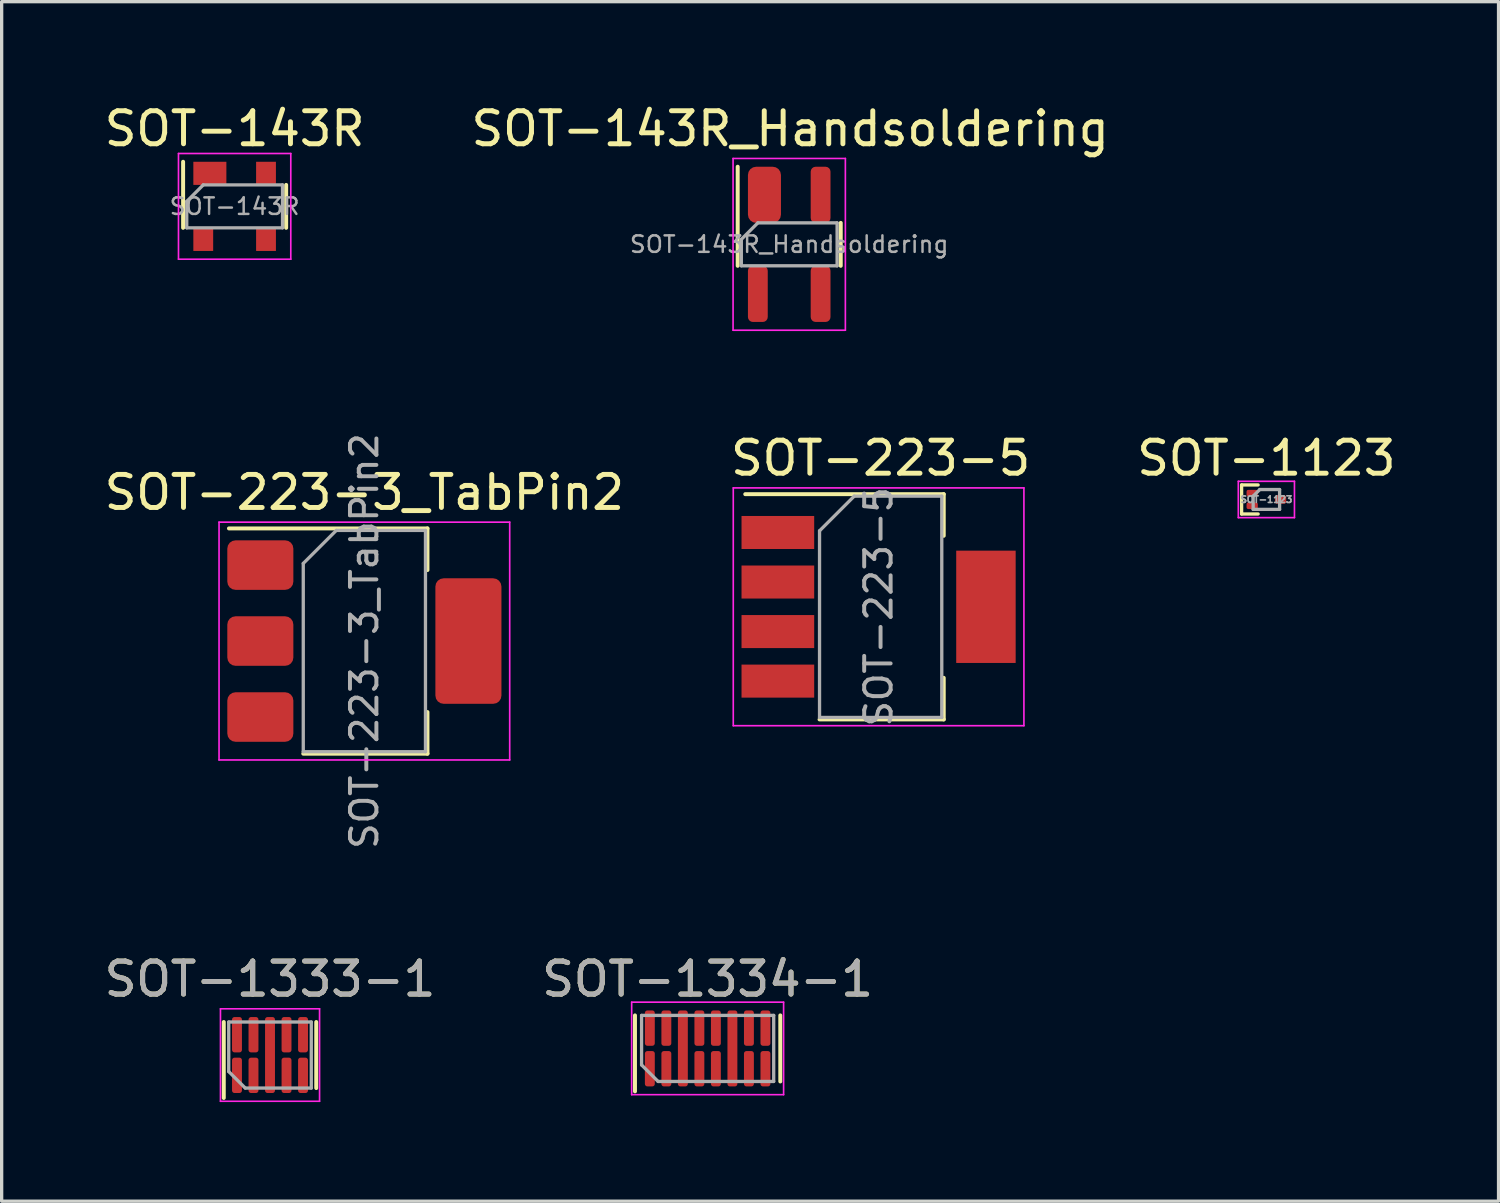
<source format=kicad_pcb>
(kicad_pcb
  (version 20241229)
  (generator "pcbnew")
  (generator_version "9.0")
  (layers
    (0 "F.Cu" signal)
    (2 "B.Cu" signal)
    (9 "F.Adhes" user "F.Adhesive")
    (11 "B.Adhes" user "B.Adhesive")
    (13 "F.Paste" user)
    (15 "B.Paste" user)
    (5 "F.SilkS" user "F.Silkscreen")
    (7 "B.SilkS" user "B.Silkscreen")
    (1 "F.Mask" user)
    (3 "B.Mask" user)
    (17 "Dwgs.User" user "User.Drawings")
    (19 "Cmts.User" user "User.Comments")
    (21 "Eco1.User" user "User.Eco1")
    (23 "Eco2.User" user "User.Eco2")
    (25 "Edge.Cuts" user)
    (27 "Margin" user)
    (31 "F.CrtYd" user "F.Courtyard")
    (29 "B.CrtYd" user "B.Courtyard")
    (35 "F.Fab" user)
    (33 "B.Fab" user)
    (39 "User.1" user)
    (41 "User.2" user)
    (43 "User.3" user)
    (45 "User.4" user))
  (footprint "SOT-223-3_TabPin2"
    (layer "F.Cu")
    (at 7.982 16.359)
    (property "Reference" "SOT-223-3_TabPin2" (at 0 -4.5 0) (layer "F.SilkS") (effects (font (size 1 1) (thickness 0.15))))
    (attr smd)
    (fp_line (start -4.1 -3.41) (end 1.91 -3.41) (stroke (width 0.12) (type solid)) (layer "F.SilkS"))
    (fp_line (start -1.85 3.41) (end 1.91 3.41) (stroke (width 0.12) (type solid)) (layer "F.SilkS"))
    (fp_line (start 1.91 -3.41) (end 1.91 -2.15) (stroke (width 0.12) (type solid)) (layer "F.SilkS"))
    (fp_line (start 1.91 3.41) (end 1.91 2.15) (stroke (width 0.12) (type solid)) (layer "F.SilkS"))
    (fp_line (start -4.4 -3.6) (end -4.4 3.6) (stroke (width 0.05) (type solid)) (layer "F.CrtYd"))
    (fp_line (start -4.4 3.6) (end 4.4 3.6) (stroke (width 0.05) (type solid)) (layer "F.CrtYd"))
    (fp_line (start 4.4 -3.6) (end -4.4 -3.6) (stroke (width 0.05) (type solid)) (layer "F.CrtYd"))
    (fp_line (start 4.4 3.6) (end 4.4 -3.6) (stroke (width 0.05) (type solid)) (layer "F.CrtYd"))
    (fp_line (start -1.85 -2.35) (end -1.85 3.35) (stroke (width 0.1) (type solid)) (layer "F.Fab"))
    (fp_line (start -1.85 -2.35) (end -0.85 -3.35) (stroke (width 0.1) (type solid)) (layer "F.Fab"))
    (fp_line (start -1.85 3.35) (end 1.85 3.35) (stroke (width 0.1) (type solid)) (layer "F.Fab"))
    (fp_line (start -0.85 -3.35) (end 1.85 -3.35) (stroke (width 0.1) (type solid)) (layer "F.Fab"))
    (fp_line (start 1.85 -3.35) (end 1.85 3.35) (stroke (width 0.1) (type solid)) (layer "F.Fab"))
    (fp_text user "${REFERENCE}" (at 0 0 90) (layer "F.Fab") (effects (font (size 0.8 0.8) (thickness 0.12))))
    (pad "1" smd roundrect (at -3.15 -2.3) (size 2 1.5) (layers "F.Cu" "F.Mask" "F.Paste") (roundrect_rratio 0.167))
    (pad "2" smd roundrect (at -3.15 0) (size 2 1.5) (layers "F.Cu" "F.Mask" "F.Paste") (roundrect_rratio 0.167))
    (pad "2" smd roundrect (at 3.15 0) (size 2 3.8) (layers "F.Cu" "F.Mask" "F.Paste") (roundrect_rratio 0.125))
    (pad "3" smd roundrect (at -3.15 2.3) (size 2 1.5) (layers "F.Cu" "F.Mask" "F.Paste") (roundrect_rratio 0.167)))
  (footprint "SOT-1123"
    (layer "F.Cu")
    (at 35.292 12.072)
    (property "Reference" "SOT-1123" (at 0 -1.25 0) (layer "F.SilkS") (effects (font (size 1 1) (thickness 0.15))))
    (attr smd)
    (fp_line (start -0.75 -0.44) (end -0.75 0.44) (stroke (width 0.1) (type solid)) (layer "F.SilkS"))
    (fp_line (start -0.75 0.44) (end -0.25 0.44) (stroke (width 0.1) (type solid)) (layer "F.SilkS"))
    (fp_line (start -0.25 -0.44) (end -0.75 -0.44) (stroke (width 0.1) (type solid)) (layer "F.SilkS"))
    (fp_line (start -0.85 -0.55) (end 0.85 -0.55) (stroke (width 0.05) (type solid)) (layer "F.CrtYd"))
    (fp_line (start -0.85 0.55) (end -0.85 -0.55) (stroke (width 0.05) (type solid)) (layer "F.CrtYd"))
    (fp_line (start 0.85 -0.55) (end 0.85 0.55) (stroke (width 0.05) (type solid)) (layer "F.CrtYd"))
    (fp_line (start 0.85 0.55) (end -0.85 0.55) (stroke (width 0.05) (type solid)) (layer "F.CrtYd"))
    (fp_line (start -0.4 -0.1) (end -0.4 0.3) (stroke (width 0.1) (type solid)) (layer "F.Fab"))
    (fp_line (start -0.4 0.3) (end 0.4 0.3) (stroke (width 0.1) (type solid)) (layer "F.Fab"))
    (fp_line (start -0.2 -0.3) (end -0.4 -0.1) (stroke (width 0.1) (type solid)) (layer "F.Fab"))
    (fp_line (start 0.4 -0.3) (end -0.2 -0.3) (stroke (width 0.1) (type solid)) (layer "F.Fab"))
    (fp_line (start 0.4 0.3) (end 0.4 -0.3) (stroke (width 0.1) (type solid)) (layer "F.Fab"))
    (fp_text user "${REFERENCE}" (at 0 0 0) (layer "F.Fab") (effects (font (size 0.2 0.2) (thickness 0.05))))
    (pad "1" smd roundrect (at -0.43 -0.19) (size 0.34 0.2) (layers "F.Cu" "F.Mask" "F.Paste") (roundrect_rratio 0.25))
    (pad "2" smd roundrect (at -0.43 0.19) (size 0.34 0.2) (layers "F.Cu" "F.Mask" "F.Paste") (roundrect_rratio 0.25))
    (pad "3" smd roundrect (at 0.43 0) (size 0.34 0.26) (layers "F.Cu" "F.Mask" "F.Paste") (roundrect_rratio 0.25)))
  (footprint "SOT-1334-1"
    (layer "F.Cu")
    (at 18.375 28.693)
    (property "Reference" "SOT-1334-1" (at 0 -2.1 0) (layer "F.SilkS") (effects (font (size 1 1) (thickness 0.15))))
    (attr smd)
    (fp_line (start -2.2 -1) (end -2.2 1.3) (stroke (width 0.12) (type solid)) (layer "F.SilkS"))
    (fp_line (start 2.2 -1) (end 2.2 1) (stroke (width 0.12) (type solid)) (layer "F.SilkS"))
    (fp_line (start -2.3 -1.4) (end 2.3 -1.4) (stroke (width 0.05) (type solid)) (layer "F.CrtYd"))
    (fp_line (start -2.3 1.4) (end -2.3 -1.4) (stroke (width 0.05) (type solid)) (layer "F.CrtYd"))
    (fp_line (start 2.3 -1.4) (end 2.3 1.4) (stroke (width 0.05) (type solid)) (layer "F.CrtYd"))
    (fp_line (start 2.3 1.4) (end -2.3 1.4) (stroke (width 0.05) (type solid)) (layer "F.CrtYd"))
    (fp_line (start -2 -1) (end 2 -1) (stroke (width 0.1) (type solid)) (layer "F.Fab"))
    (fp_line (start -2 0.5) (end -2 -1) (stroke (width 0.1) (type solid)) (layer "F.Fab"))
    (fp_line (start -1.5 1) (end -2 0.5) (stroke (width 0.1) (type solid)) (layer "F.Fab"))
    (fp_line (start 2 -1) (end 2 1) (stroke (width 0.1) (type solid)) (layer "F.Fab"))
    (fp_line (start 2 1) (end -1.5 1) (stroke (width 0.1) (type solid)) (layer "F.Fab"))
    (fp_text user "${REFERENCE}" (at 0 -2.1 0) (layer "F.Fab") (effects (font (size 1 1) (thickness 0.15))))
    (pad "1" smd roundrect (at -1.75 0.615) (size 0.3 1.07) (layers "F.Cu" "F.Mask" "F.Paste") (roundrect_rratio 0.25))
    (pad "2" smd roundrect (at -1.25 0.615) (size 0.3 1.07) (layers "F.Cu" "F.Mask" "F.Paste") (roundrect_rratio 0.25))
    (pad "3" smd roundrect (at -0.75 0) (size 0.3 2.3) (layers "F.Cu" "F.Mask" "F.Paste") (roundrect_rratio 0.25))
    (pad "4" smd roundrect (at -0.25 0.615) (size 0.3 1.07) (layers "F.Cu" "F.Mask" "F.Paste") (roundrect_rratio 0.25))
    (pad "5" smd roundrect (at 0.25 0.615) (size 0.3 1.07) (layers "F.Cu" "F.Mask" "F.Paste") (roundrect_rratio 0.25))
    (pad "6" smd roundrect (at 0.75 0) (size 0.3 2.3) (layers "F.Cu" "F.Mask" "F.Paste") (roundrect_rratio 0.25))
    (pad "7" smd roundrect (at 1.25 0.615) (size 0.3 1.07) (layers "F.Cu" "F.Mask" "F.Paste") (roundrect_rratio 0.25))
    (pad "8" smd roundrect (at 1.75 0.615) (size 0.3 1.07) (layers "F.Cu" "F.Mask" "F.Paste") (roundrect_rratio 0.25))
    (pad "9" smd roundrect (at 1.75 -0.615) (size 0.3 1.07) (layers "F.Cu" "F.Mask" "F.Paste") (roundrect_rratio 0.25))
    (pad "10" smd roundrect (at 1.25 -0.615) (size 0.3 1.07) (layers "F.Cu" "F.Mask" "F.Paste") (roundrect_rratio 0.25))
    (pad "11" smd roundrect (at 0.25 -0.615) (size 0.3 1.07) (layers "F.Cu" "F.Mask" "F.Paste") (roundrect_rratio 0.25))
    (pad "12" smd roundrect (at -0.25 -0.615) (size 0.3 1.07) (layers "F.Cu" "F.Mask" "F.Paste") (roundrect_rratio 0.25))
    (pad "13" smd roundrect (at -1.25 -0.615) (size 0.3 1.07) (layers "F.Cu" "F.Mask" "F.Paste") (roundrect_rratio 0.25))
    (pad "14" smd roundrect (at -1.75 -0.615) (size 0.3 1.07) (layers "F.Cu" "F.Mask" "F.Paste") (roundrect_rratio 0.25)))
  (footprint "SOT-143R_Handsoldering"
    (layer "F.Cu")
    (at 20.845 4.348)
    (property "Reference" "SOT-143R_Handsoldering" (at 0.03 -3.5 0) (layer "F.SilkS") (effects (font (size 1 1) (thickness 0.15))))
    (attr smd)
    (fp_line (start -1.56 -2.35) (end -1.56 0.65) (stroke (width 0.12) (type solid)) (layer "F.SilkS"))
    (fp_line (start 1.56 0.65) (end 1.56 -0.65) (stroke (width 0.12) (type solid)) (layer "F.SilkS"))
    (fp_line (start -1.7 -2.6) (end -1.7 2.6) (stroke (width 0.05) (type solid)) (layer "F.CrtYd"))
    (fp_line (start -1.7 -2.6) (end 1.7 -2.6) (stroke (width 0.05) (type solid)) (layer "F.CrtYd"))
    (fp_line (start 1.7 2.6) (end -1.7 2.6) (stroke (width 0.05) (type solid)) (layer "F.CrtYd"))
    (fp_line (start 1.7 2.6) (end 1.7 -2.6) (stroke (width 0.05) (type solid)) (layer "F.CrtYd"))
    (fp_line (start -1.45 -0.15) (end -1.45 0.65) (stroke (width 0.1) (type solid)) (layer "F.Fab"))
    (fp_line (start -1.45 -0.15) (end -0.95 -0.65) (stroke (width 0.1) (type solid)) (layer "F.Fab"))
    (fp_line (start -0.95 -0.65) (end 1.45 -0.65) (stroke (width 0.1) (type solid)) (layer "F.Fab"))
    (fp_line (start 1.45 -0.65) (end 1.45 0.65) (stroke (width 0.1) (type solid)) (layer "F.Fab"))
    (fp_line (start 1.45 0.65) (end -1.45 0.65) (stroke (width 0.1) (type solid)) (layer "F.Fab"))
    (fp_text user "${REFERENCE}" (at 0 0 0) (layer "F.Fab") (effects (font (size 0.5 0.5) (thickness 0.075))))
    (pad "1" smd roundrect (at -0.75 -1.5 90) (size 1.7 1) (layers "F.Cu" "F.Mask" "F.Paste") (roundrect_rratio 0.25))
    (pad "2" smd roundrect (at 0.95 -1.5 90) (size 1.7 0.6) (layers "F.Cu" "F.Mask" "F.Paste") (roundrect_rratio 0.25))
    (pad "3" smd roundrect (at 0.95 1.5 90) (size 1.7 0.6) (layers "F.Cu" "F.Mask" "F.Paste") (roundrect_rratio 0.25))
    (pad "4" smd roundrect (at -0.95 1.5 90) (size 1.7 0.6) (layers "F.Cu" "F.Mask" "F.Paste") (roundrect_rratio 0.25)))
  (footprint "SOT-223-5"
    (layer "F.Cu")
    (at 23.551 15.322)
    (property "Reference" "SOT-223-5" (at 0.062 -4.5 0) (layer "F.SilkS") (effects (font (size 1 1) (thickness 0.15))))
    (attr smd)
    (fp_line (start -4.037 -3.41) (end 1.972 -3.41) (stroke (width 0.12) (type solid)) (layer "F.SilkS"))
    (fp_line (start -1.788 3.41) (end 1.972 3.41) (stroke (width 0.12) (type solid)) (layer "F.SilkS"))
    (fp_line (start 1.972 -3.41) (end 1.972 -2.15) (stroke (width 0.12) (type solid)) (layer "F.SilkS"))
    (fp_line (start 1.972 3.41) (end 1.972 2.15) (stroke (width 0.12) (type solid)) (layer "F.SilkS"))
    (fp_line (start -4.4 -3.6) (end -4.4 3.6) (stroke (width 0.05) (type solid)) (layer "F.CrtYd"))
    (fp_line (start -4.4 -3.6) (end 4.4 -3.6) (stroke (width 0.05) (type solid)) (layer "F.CrtYd"))
    (fp_line (start 4.4 3.6) (end -4.4 3.6) (stroke (width 0.05) (type solid)) (layer "F.CrtYd"))
    (fp_line (start 4.4 3.6) (end 4.4 -3.6) (stroke (width 0.05) (type solid)) (layer "F.CrtYd"))
    (fp_line (start -1.788 -2.3) (end -1.788 3.35) (stroke (width 0.1) (type solid)) (layer "F.Fab"))
    (fp_line (start -1.788 -2.3) (end -0.738 -3.35) (stroke (width 0.1) (type solid)) (layer "F.Fab"))
    (fp_line (start -1.788 3.35) (end 1.913 3.35) (stroke (width 0.1) (type solid)) (layer "F.Fab"))
    (fp_line (start -0.738 -3.35) (end 1.913 -3.35) (stroke (width 0.1) (type solid)) (layer "F.Fab"))
    (fp_line (start 1.913 -3.35) (end 1.913 3.35) (stroke (width 0.1) (type solid)) (layer "F.Fab"))
    (fp_text user "${REFERENCE}" (at 0 0 90) (layer "F.Fab") (effects (font (size 0.8 0.8) (thickness 0.12))))
    (pad "1" smd rect (at -3.05 -2.25) (size 2.2 1) (layers "F.Cu" "F.Mask" "F.Paste"))
    (pad "2" smd rect (at -3.05 -0.75) (size 2.2 1) (layers "F.Cu" "F.Mask" "F.Paste"))
    (pad "3" smd rect (at -3.05 0.75) (size 2.2 1) (layers "F.Cu" "F.Mask" "F.Paste"))
    (pad "4" smd rect (at -3.05 2.25) (size 2.2 1) (layers "F.Cu" "F.Mask" "F.Paste"))
    (pad "5" smd rect (at 3.25 0) (size 1.8 3.4) (layers "F.Cu" "F.Mask" "F.Paste")))
  (footprint "SOT-1333-1"
    (layer "F.Cu")
    (at 5.125 28.893)
    (property "Reference" "SOT-1333-1" (at 0 -2.3 0) (layer "F.SilkS") (effects (font (size 1 1) (thickness 0.15))))
    (attr smd)
    (fp_line (start -1.4 -1) (end -1.4 1.3) (stroke (width 0.12) (type solid)) (layer "F.SilkS"))
    (fp_line (start 1.4 -1) (end 1.4 1) (stroke (width 0.12) (type solid)) (layer "F.SilkS"))
    (fp_line (start -1.5 -1.4) (end 1.5 -1.4) (stroke (width 0.05) (type solid)) (layer "F.CrtYd"))
    (fp_line (start -1.5 1.4) (end -1.5 -1.4) (stroke (width 0.05) (type solid)) (layer "F.CrtYd"))
    (fp_line (start 1.5 -1.4) (end 1.5 1.4) (stroke (width 0.05) (type solid)) (layer "F.CrtYd"))
    (fp_line (start 1.5 1.4) (end -1.5 1.4) (stroke (width 0.05) (type solid)) (layer "F.CrtYd"))
    (fp_line (start -1.25 -1) (end 1.25 -1) (stroke (width 0.1) (type solid)) (layer "F.Fab"))
    (fp_line (start -1.25 0.5) (end -1.25 -1) (stroke (width 0.1) (type solid)) (layer "F.Fab"))
    (fp_line (start -0.75 1) (end -1.25 0.5) (stroke (width 0.1) (type solid)) (layer "F.Fab"))
    (fp_line (start 1.25 -1) (end 1.25 1) (stroke (width 0.1) (type solid)) (layer "F.Fab"))
    (fp_line (start 1.25 1) (end -0.75 1) (stroke (width 0.1) (type solid)) (layer "F.Fab"))
    (fp_text user "${REFERENCE}" (at 0 -2.3 0) (layer "F.Fab") (effects (font (size 1 1) (thickness 0.15))))
    (pad "1" smd roundrect (at -1 0.615) (size 0.3 1.07) (layers "F.Cu" "F.Mask" "F.Paste") (roundrect_rratio 0.25))
    (pad "2" smd roundrect (at -0.5 0.615) (size 0.3 1.07) (layers "F.Cu" "F.Mask" "F.Paste") (roundrect_rratio 0.25))
    (pad "3" smd roundrect (at 0 0) (size 0.3 2.3) (layers "F.Cu" "F.Mask" "F.Paste") (roundrect_rratio 0.25))
    (pad "4" smd roundrect (at 0.5 0.615) (size 0.3 1.07) (layers "F.Cu" "F.Mask" "F.Paste") (roundrect_rratio 0.25))
    (pad "5" smd roundrect (at 1 0.615) (size 0.3 1.07) (layers "F.Cu" "F.Mask" "F.Paste") (roundrect_rratio 0.25))
    (pad "6" smd roundrect (at 1 -0.615) (size 0.3 1.07) (layers "F.Cu" "F.Mask" "F.Paste") (roundrect_rratio 0.25))
    (pad "7" smd roundrect (at 0.5 -0.615) (size 0.3 1.07) (layers "F.Cu" "F.Mask" "F.Paste") (roundrect_rratio 0.25))
    (pad "8" smd roundrect (at -0.5 -0.615) (size 0.3 1.07) (layers "F.Cu" "F.Mask" "F.Paste") (roundrect_rratio 0.25))
    (pad "9" smd roundrect (at -1 -0.615) (size 0.3 1.07) (layers "F.Cu" "F.Mask" "F.Paste") (roundrect_rratio 0.25)))
  (footprint "SOT-143R"
    (layer "F.Cu")
    (at 4.054 3.198)
    (property "Reference" "SOT-143R" (at 0 -2.35 0) (layer "F.SilkS") (effects (font (size 1 1) (thickness 0.15))))
    (attr smd)
    (fp_line (start -1.56 -1.35) (end -1.56 0.65) (stroke (width 0.12) (type solid)) (layer "F.SilkS"))
    (fp_line (start 1.56 0.65) (end 1.56 -0.65) (stroke (width 0.12) (type solid)) (layer "F.SilkS"))
    (fp_line (start -1.7 -1.6) (end -1.7 1.6) (stroke (width 0.05) (type solid)) (layer "F.CrtYd"))
    (fp_line (start -1.7 -1.6) (end 1.7 -1.6) (stroke (width 0.05) (type solid)) (layer "F.CrtYd"))
    (fp_line (start 1.7 1.6) (end -1.7 1.6) (stroke (width 0.05) (type solid)) (layer "F.CrtYd"))
    (fp_line (start 1.7 1.6) (end 1.7 -1.6) (stroke (width 0.05) (type solid)) (layer "F.CrtYd"))
    (fp_line (start -1.45 -0.15) (end -1.45 0.65) (stroke (width 0.1) (type solid)) (layer "F.Fab"))
    (fp_line (start -1.45 -0.15) (end -0.95 -0.65) (stroke (width 0.1) (type solid)) (layer "F.Fab"))
    (fp_line (start -0.95 -0.65) (end 1.45 -0.65) (stroke (width 0.1) (type solid)) (layer "F.Fab"))
    (fp_line (start 1.45 -0.65) (end 1.45 0.65) (stroke (width 0.1) (type solid)) (layer "F.Fab"))
    (fp_line (start 1.45 0.65) (end -1.45 0.65) (stroke (width 0.1) (type solid)) (layer "F.Fab"))
    (fp_text user "${REFERENCE}" (at 0 0 0) (layer "F.Fab") (effects (font (size 0.5 0.5) (thickness 0.075))))
    (pad "1" smd rect (at -0.75 -1 270) (size 0.7 1) (layers "F.Cu" "F.Mask" "F.Paste"))
    (pad "2" smd rect (at 0.95 -1 270) (size 0.7 0.6) (layers "F.Cu" "F.Mask" "F.Paste"))
    (pad "3" smd rect (at 0.95 1 270) (size 0.7 0.6) (layers "F.Cu" "F.Mask" "F.Paste"))
    (pad "4" smd rect (at -0.95 1 270) (size 0.7 0.6) (layers "F.Cu" "F.Mask" "F.Paste")))
  (gr_rect
    (start -3 -3)
    (end 42.321 33.318)
    (stroke (width 0.1) (type default))
    (fill no)
    (layer "Edge.Cuts")))
</source>
